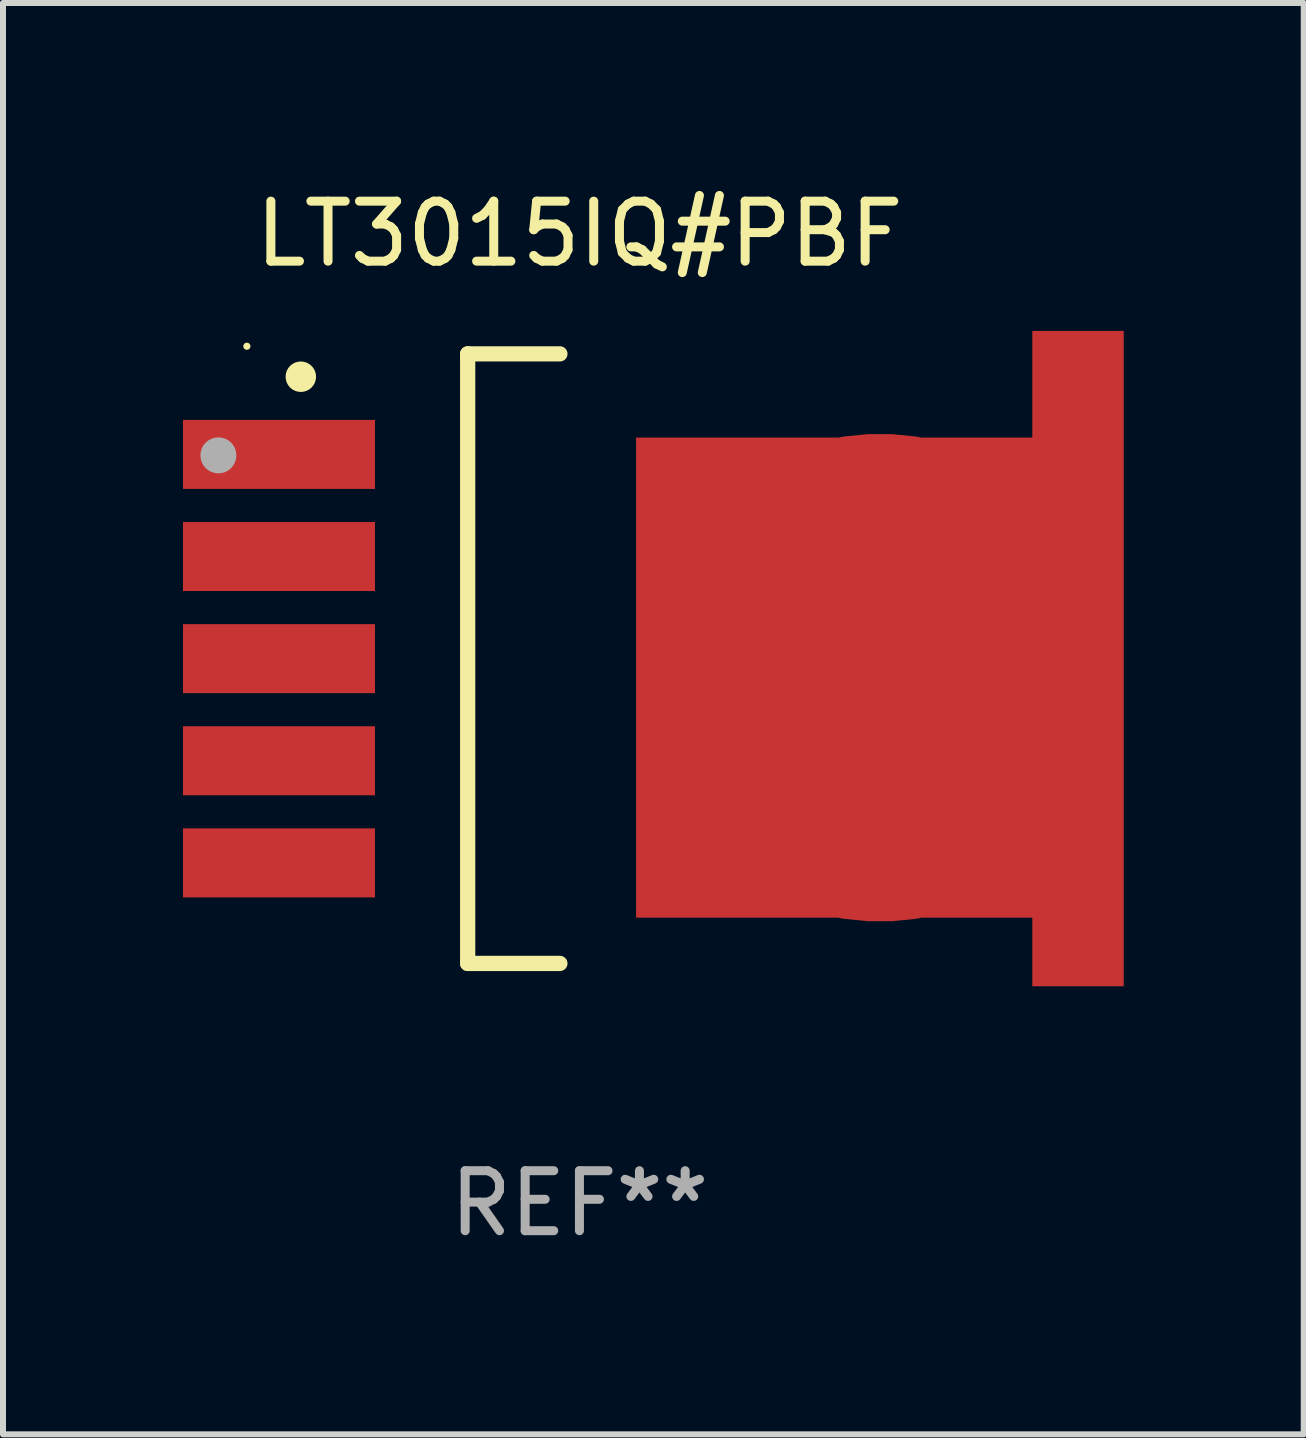
<source format=kicad_pcb>
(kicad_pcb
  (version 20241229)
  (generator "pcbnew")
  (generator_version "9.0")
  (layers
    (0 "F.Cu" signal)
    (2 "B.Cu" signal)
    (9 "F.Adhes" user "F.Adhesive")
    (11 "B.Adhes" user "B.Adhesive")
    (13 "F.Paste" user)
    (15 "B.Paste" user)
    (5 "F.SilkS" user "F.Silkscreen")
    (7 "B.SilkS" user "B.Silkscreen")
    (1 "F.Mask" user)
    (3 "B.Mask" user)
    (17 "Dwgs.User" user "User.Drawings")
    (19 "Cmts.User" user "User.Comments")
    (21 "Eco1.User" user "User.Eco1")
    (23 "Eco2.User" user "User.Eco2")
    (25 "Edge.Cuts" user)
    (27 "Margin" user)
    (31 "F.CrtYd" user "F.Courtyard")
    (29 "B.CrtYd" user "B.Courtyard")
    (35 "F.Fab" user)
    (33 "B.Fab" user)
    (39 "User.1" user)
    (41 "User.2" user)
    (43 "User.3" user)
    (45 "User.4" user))
  (footprint "LT3015IQ#PBF"
    (layer "F.Cu")
    (at 6.608 7.928)
    (property "Reference" "LT3015IQ#PBF" (at 0 -7.08 0) (layer "F.SilkS") (effects (font (size 1 1) (thickness 0.15))))
    (attr through_hole)
    (fp_line (start -1.863 -5.08) (end -0.326 -5.08) (stroke (width 0.254) (type solid)) (layer "F.SilkS"))
    (fp_line (start -1.863 5.08) (end -1.863 -5.08) (stroke (width 0.254) (type solid)) (layer "F.SilkS"))
    (fp_line (start -0.326 5.08) (end -1.863 5.08) (stroke (width 0.254) (type solid)) (layer "F.SilkS"))
    (fp_circle (center -5.543 -5.207) (end -5.513 -5.207) (stroke (width 0.06) (type solid)) (fill no) (layer "F.SilkS"))
    (fp_circle (center -4.644 -4.699) (end -4.517 -4.699) (stroke (width 0.254) (type solid)) (fill no) (layer "F.SilkS"))
    (fp_circle (center -6.018 -3.388) (end -5.868 -3.388) (stroke (width 0.3) (type solid)) (fill no) (layer "F.Fab"))
    (fp_text user "REF**" (at 0 9.08 0) (layer "F.Fab") (effects (font (size 1 1) (thickness 0.15))))
    (pad "1" smd rect (at -5.008 -3.404) (size 3.2 1.15) (layers "F.Cu" "F.Mask" "F.Paste"))
    (pad "2" smd rect (at -5.008 -1.702) (size 3.2 1.15) (layers "F.Cu" "F.Mask" "F.Paste"))
    (pad "3" smd rect (at -5.008 -0.000025) (size 3.2 1.15) (layers "F.Cu" "F.Mask" "F.Paste"))
    (pad "4" smd rect (at -5.008 1.702) (size 3.2 1.15) (layers "F.Cu" "F.Mask" "F.Paste"))
    (pad "5" smd rect (at -5.008 3.404) (size 3.2 1.15) (layers "F.Cu" "F.Mask" "F.Paste"))
    (pad "6" smd custom (at 5.008 0.317) (size 8.128 10.922) (layers "F.Cu" "F.Mask" "F.Paste") (options (anchor circle)) (primitives (gr_poly (pts (xy -4.064 -4.001) (xy 2.54 -4.001) (xy 2.54 -5.779) (xy 4.064 -5.779) (xy 4.064 5.144) (xy 2.54 5.144) (xy 2.54 4) (xy -4.064 4)) (width 0) (fill yes)))))
  (gr_rect
    (start -3 -3)
    (end 18.68 20.857)
    (stroke (width 0.1) (type default))
    (fill no)
    (layer "Edge.Cuts")))
</source>
